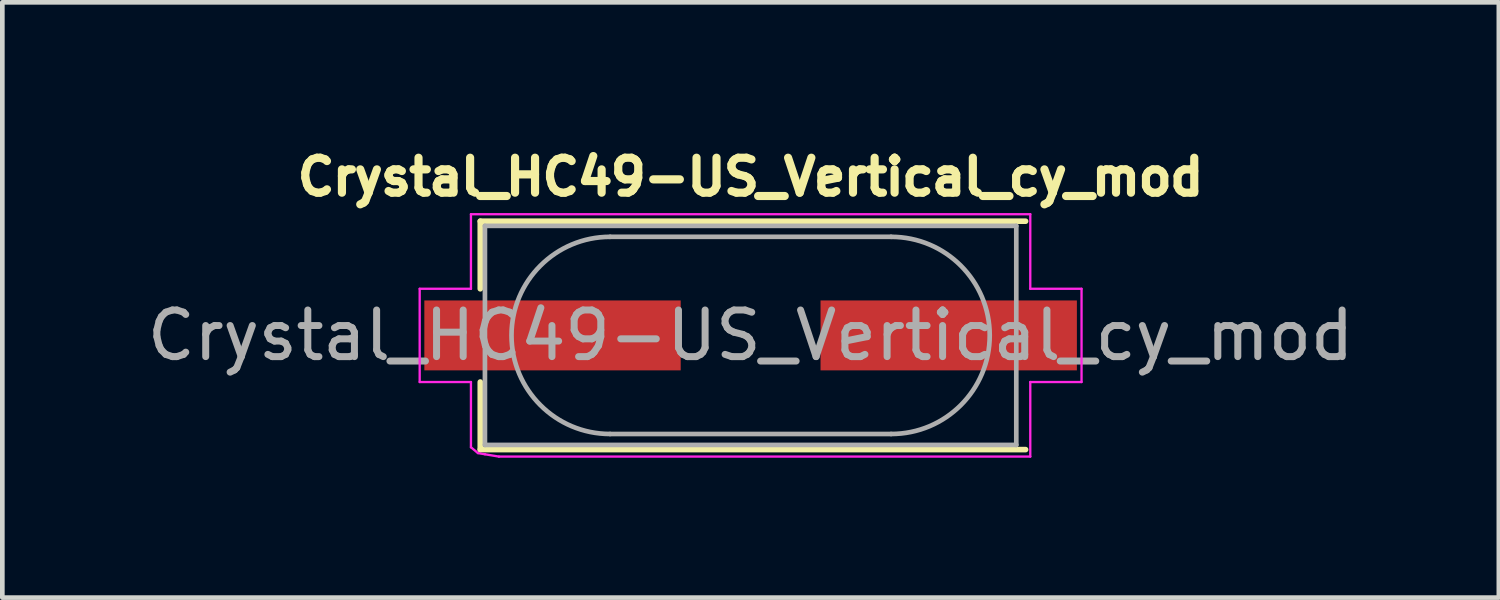
<source format=kicad_pcb>
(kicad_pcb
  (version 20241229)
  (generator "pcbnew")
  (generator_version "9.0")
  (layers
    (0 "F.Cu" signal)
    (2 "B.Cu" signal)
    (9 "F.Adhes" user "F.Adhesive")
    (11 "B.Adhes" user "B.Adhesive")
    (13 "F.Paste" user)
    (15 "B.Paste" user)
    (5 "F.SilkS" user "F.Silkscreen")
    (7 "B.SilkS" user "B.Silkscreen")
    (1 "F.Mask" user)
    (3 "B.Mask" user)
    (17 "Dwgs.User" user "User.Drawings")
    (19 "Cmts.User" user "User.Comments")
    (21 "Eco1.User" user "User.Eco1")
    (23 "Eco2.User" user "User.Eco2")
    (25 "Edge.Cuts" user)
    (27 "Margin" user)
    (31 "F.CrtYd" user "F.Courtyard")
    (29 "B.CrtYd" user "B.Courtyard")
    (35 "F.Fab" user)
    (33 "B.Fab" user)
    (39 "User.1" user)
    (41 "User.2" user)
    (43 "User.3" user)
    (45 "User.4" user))
  (footprint "Crystal_HC49-US_Vertical_cy_mod"
    (layer "F.Cu")
    (at 13.054 4.146)
    (property "Reference" "Crystal_HC49-US_Vertical_cy_mod" (at 0 -3.4 180) (layer "F.SilkS") (effects (font (size 0.75 0.75) (thickness 0.175))))
    (attr smd)
    (fp_line (start -5.8 -2.45) (end -5.8 -1) (stroke (width 0.12) (type solid)) (layer "F.SilkS"))
    (fp_line (start -5.8 1) (end -5.8 2.45) (stroke (width 0.12) (type solid)) (layer "F.SilkS"))
    (fp_line (start -5.8 2.45) (end 5.9 2.45) (stroke (width 0.12) (type solid)) (layer "F.SilkS"))
    (fp_line (start 5.9 -2.45) (end -5.8 -2.45) (stroke (width 0.12) (type solid)) (layer "F.SilkS"))
    (fp_line (start -1.5 0) (end 1.5 0) (stroke (width 0.05) (type solid)) (layer "Eco1.User"))
    (fp_line (start -7.1 -1) (end -7.1 1) (stroke (width 0.05) (type solid)) (layer "F.CrtYd"))
    (fp_line (start -7.1 -1) (end -6 -1) (stroke (width 0.05) (type solid)) (layer "F.CrtYd"))
    (fp_line (start -7.1 1) (end -6 1) (stroke (width 0.05) (type solid)) (layer "F.CrtYd"))
    (fp_line (start -6 -2.6) (end -6 -1) (stroke (width 0.05) (type solid)) (layer "F.CrtYd"))
    (fp_line (start -6 1) (end -6 2.4) (stroke (width 0.05) (type solid)) (layer "F.CrtYd"))
    (fp_line (start -6 2.4) (end -5.85 2.525) (stroke (width 0.05) (type solid)) (layer "F.CrtYd"))
    (fp_line (start -5.85 2.525) (end -5.7 2.55) (stroke (width 0.05) (type solid)) (layer "F.CrtYd"))
    (fp_line (start -5.7 2.55) (end -5.4 2.6) (stroke (width 0.05) (type solid)) (layer "F.CrtYd"))
    (fp_line (start -5.4 2.6) (end 6 2.6) (stroke (width 0.05) (type solid)) (layer "F.CrtYd"))
    (fp_line (start 6 -2.6) (end -6 -2.6) (stroke (width 0.05) (type solid)) (layer "F.CrtYd"))
    (fp_line (start 6 -1) (end 6 -2.6) (stroke (width 0.05) (type solid)) (layer "F.CrtYd"))
    (fp_line (start 6 2.6) (end 6 1) (stroke (width 0.05) (type solid)) (layer "F.CrtYd"))
    (fp_line (start 7.1 -1) (end 6 -1) (stroke (width 0.05) (type solid)) (layer "F.CrtYd"))
    (fp_line (start 7.1 1) (end 6 1) (stroke (width 0.05) (type solid)) (layer "F.CrtYd"))
    (fp_line (start 7.1 1) (end 7.1 -1) (stroke (width 0.05) (type solid)) (layer "F.CrtYd"))
    (fp_line (start -5.7 -2.35) (end -5.7 2.35) (stroke (width 0.1) (type solid)) (layer "F.Fab"))
    (fp_line (start -5.7 2.35) (end 5.7 2.35) (stroke (width 0.1) (type solid)) (layer "F.Fab"))
    (fp_line (start -3.015 -2.115) (end 3.015 -2.115) (stroke (width 0.1) (type solid)) (layer "F.Fab"))
    (fp_line (start -3.015 2.115) (end 3.015 2.115) (stroke (width 0.1) (type solid)) (layer "F.Fab"))
    (fp_line (start 5.7 -2.35) (end -5.7 -2.35) (stroke (width 0.1) (type solid)) (layer "F.Fab"))
    (fp_line (start 5.7 2.35) (end 5.7 -2.35) (stroke (width 0.1) (type solid)) (layer "F.Fab"))
    (fp_arc (start -3.015 2.115) (mid -5.13 0) (end -3.015 -2.115) (stroke (width 0.1) (type solid)) (layer "F.Fab"))
    (fp_arc (start 3.015 -2.115) (mid 5.13 0) (end 3.015 2.115) (stroke (width 0.1) (type solid)) (layer "F.Fab"))
    (fp_text user "${REFERENCE}" (at 0 0 180) (layer "F.Fab") (effects (font (size 1 1) (thickness 0.15))))
    (pad "1" smd rect (at -4.25 0) (size 5.5 1.5) (layers "F.Cu" "F.Mask" "F.Paste"))
    (pad "2" smd rect (at 4.25 0) (size 5.5 1.5) (layers "F.Cu" "F.Mask" "F.Paste")))
  (gr_rect
    (start -3 -3)
    (end 29.107 9.771)
    (stroke (width 0.1) (type default))
    (fill no)
    (layer "Edge.Cuts")))
</source>
